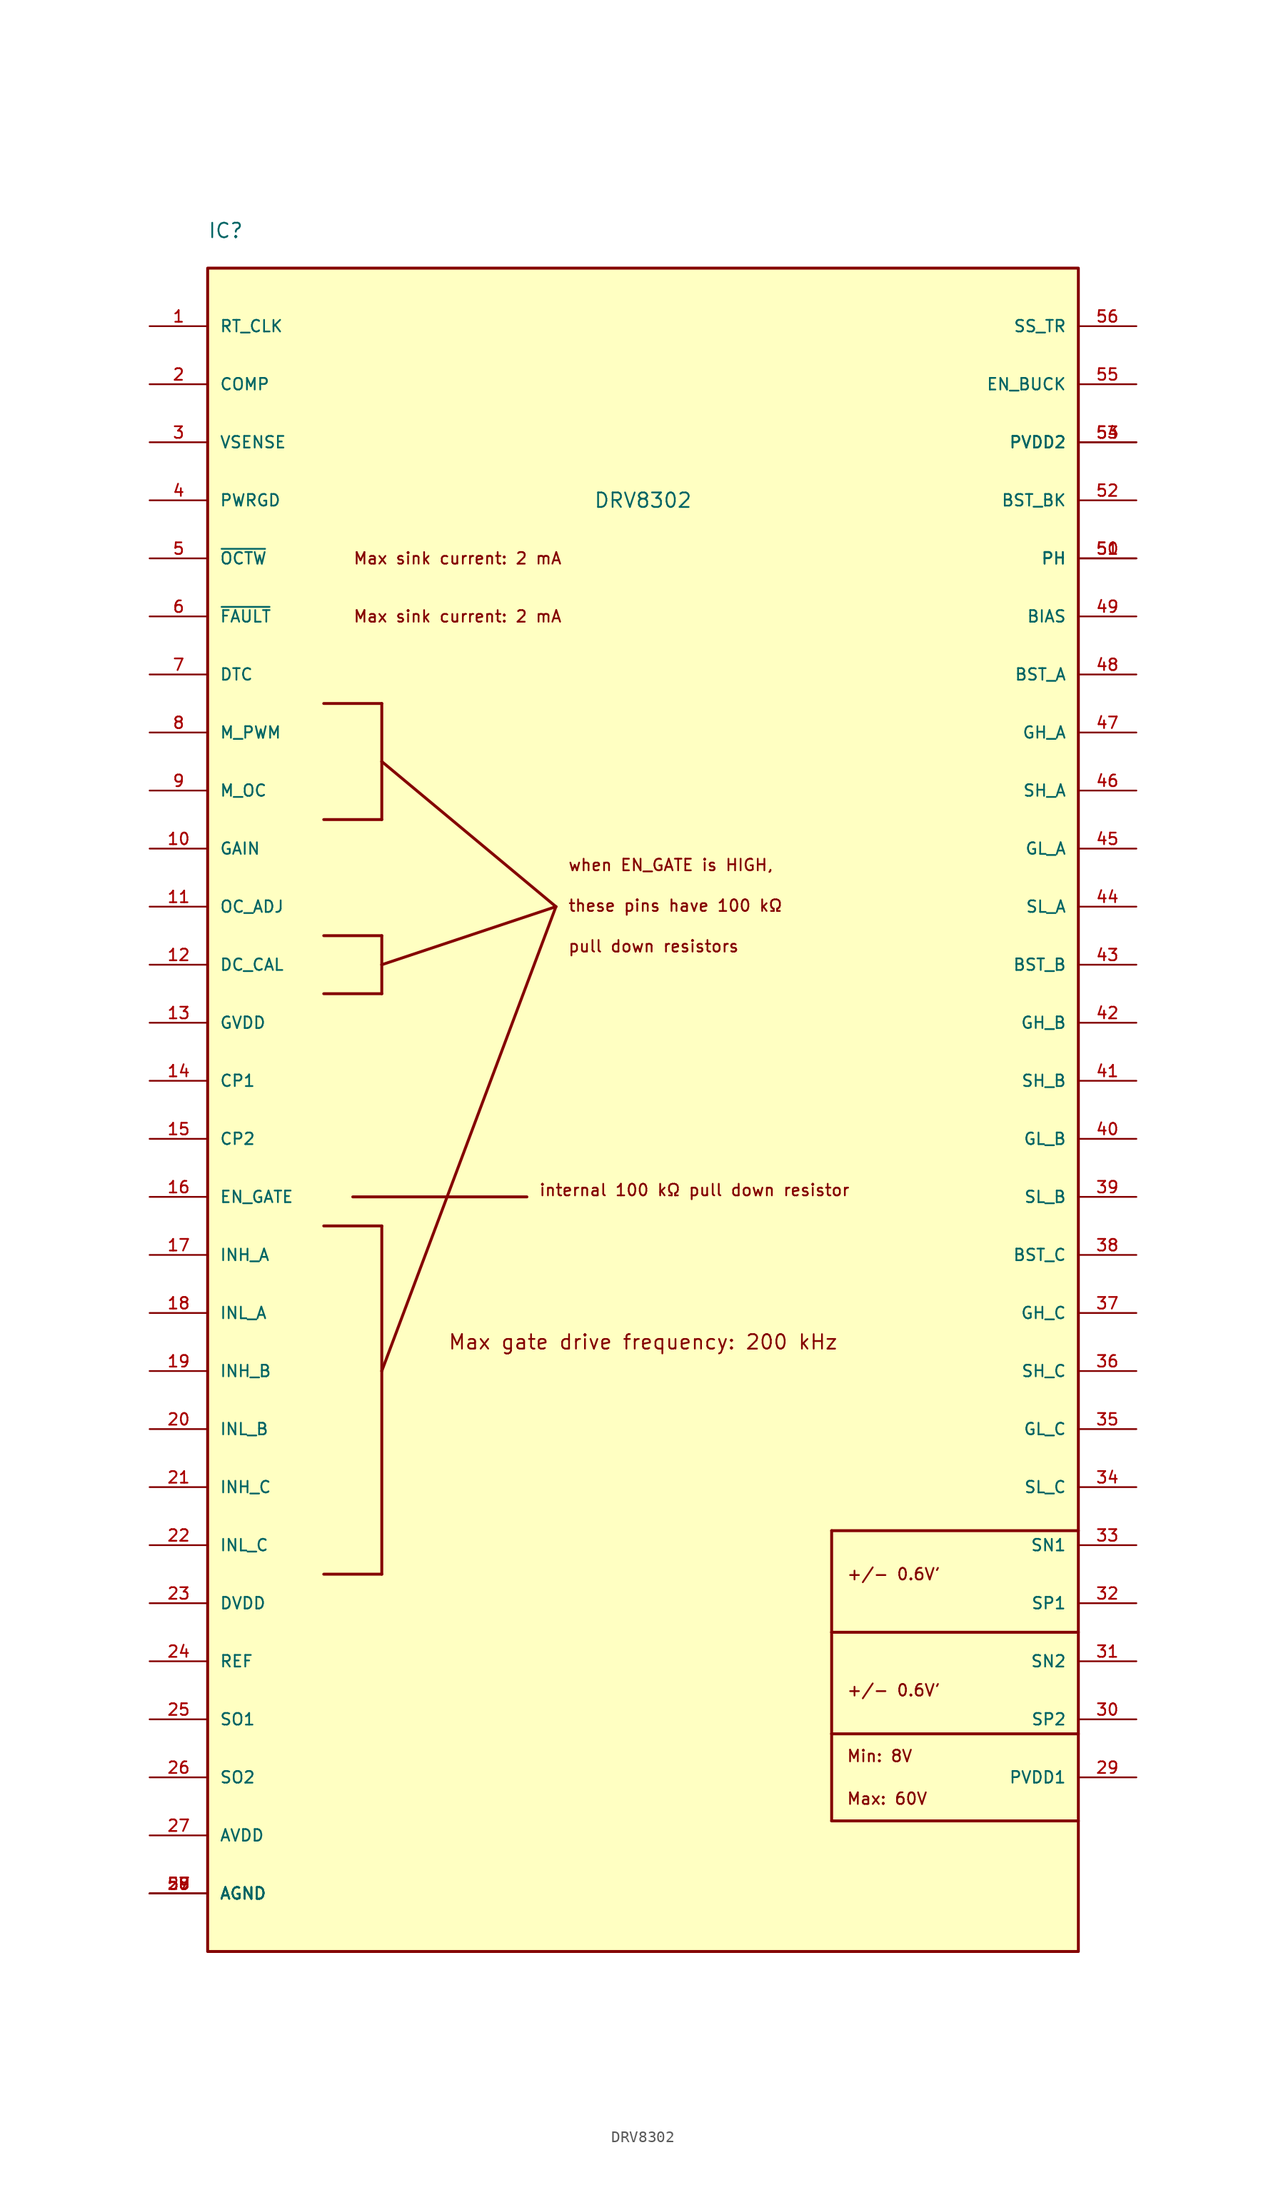
<source format=kicad_sym>
(kicad_symbol_lib
  (version 20211014)
  (generator kicad_symbol_editor)
  (symbol "DRV8302"
    (pin_names
      (offset 1.016))
    (property "Reference" "IC"
      (at -38.1 76.2 0)
      (effects (font (size 1.27 1.27)) (justify bottom left)))
    (property "Value" "DRV8302"
      (at 0.0 53.34 0)
      (effects (font (size 1.27 1.27))))
    (symbol "DRV8302_0_0"
      (polyline (pts (xy 16.51 -54.61) (xy 16.51 -62.23)) (stroke (width 0.254)))
      (polyline (pts (xy 16.51 -62.23) (xy 38.1 -62.23)) (stroke (width 0.254)))
      (polyline (pts (xy 16.51 -54.61) (xy 38.1 -54.61)) (stroke (width 0.254)))
      (polyline (pts (xy 16.51 -36.83) (xy 38.1 -36.83)) (stroke (width 0.254)))
      (polyline (pts (xy 16.51 -36.83) (xy 16.51 -45.72)) (stroke (width 0.254)))
      (polyline (pts (xy 16.51 -45.72) (xy 16.51 -54.61)) (stroke (width 0.254)))
      (polyline (pts (xy 16.51 -45.72) (xy 38.1 -45.72)) (stroke (width 0.254)))
      (polyline (pts (xy -27.94 -10.16) (xy -22.86 -10.16)) (stroke (width 0.254)))
      (polyline (pts (xy -22.86 -10.16) (xy -22.86 -22.86)) (stroke (width 0.254)))
      (polyline (pts (xy -22.86 -22.86) (xy -22.86 -40.64)) (stroke (width 0.254)))
      (polyline (pts (xy -22.86 -40.64) (xy -27.94 -40.64)) (stroke (width 0.254)))
      (polyline (pts (xy -27.94 35.56) (xy -22.86 35.56)) (stroke (width 0.254)))
      (polyline (pts (xy -22.86 35.56) (xy -22.86 30.48)) (stroke (width 0.254)))
      (polyline (pts (xy -22.86 30.48) (xy -22.86 25.4)) (stroke (width 0.254)))
      (polyline (pts (xy -22.86 25.4) (xy -27.94 25.4)) (stroke (width 0.254)))
      (polyline (pts (xy -27.94 15.24) (xy -22.86 15.24)) (stroke (width 0.254)))
      (polyline (pts (xy -22.86 15.24) (xy -22.86 12.7)) (stroke (width 0.254)))
      (polyline (pts (xy -22.86 12.7) (xy -22.86 10.16)) (stroke (width 0.254)))
      (polyline (pts (xy -22.86 10.16) (xy -27.94 10.16)) (stroke (width 0.254)))
      (polyline (pts (xy -22.86 -22.86) (xy -7.62 17.78)) (stroke (width 0.254)))
      (polyline (pts (xy -7.62 17.78) (xy -22.86 12.7)) (stroke (width 0.254)))
      (polyline (pts (xy -7.62 17.78) (xy -22.86 30.48)) (stroke (width 0.254)))
      (text "Min: 8V" (at 17.78 -57.15 0) (effects (font (size 1.016 1.016)) (justify bottom left)))
      (text "Max: 60V" (at 17.78 -59.69 0) (effects (font (size 1.016 1.016)) (justify top left)))
      (text "+/- 0.6V'" (at 17.78 -50.8 0) (effects (font (size 1.016 1.016)) (justify left)))
      (text "+/- 0.6V'" (at 17.78 -40.64 0) (effects (font (size 1.016 1.016)) (justify left)))
      (text "Max sink current: 2 mA" (at -25.4 43.18 0) (effects (font (size 1.016 1.016)) (justify left)))
      (text "Max sink current: 2 mA" (at -25.4 48.26 0) (effects (font (size 1.016 1.016)) (justify left)))
      (text "Max gate drive frequency: 200 kHz" (at 0.0 -20.32 0) (effects (font (size 1.27 1.27))))
      (text "when EN_GATE is HIGH," (at -6.604 20.828 0) (effects (font (size 1.016 1.016)) (justify bottom left)))
      (text "these pins have 100 kΩ" (at -6.604 17.272 0) (effects (font (size 1.016 1.016)) (justify bottom left)))
      (text "pull down resistors" (at -6.604 13.716 0) (effects (font (size 1.016 1.016)) (justify bottom left)))
      (polyline (pts (xy -10.16 -7.62) (xy -25.4 -7.62)) (stroke (width 0.254)))
      (text "internal 100 kΩ pull down resistor" (at -9.144 -7.62 0) (effects (font (size 1.016 1.016)) (justify bottom left)))
      (rectangle (start -38.1 -73.66) (end 38.1 73.66) (stroke (width 0.254)) (fill (type background)))
      (pin open_collector line (at -43.18 43.18 0) (length 5.08) (name "~{FAULT}" (effects (font (size 1.016 1.016)))) (number "6" (effects (font (size 1.016 1.016)))))
      (pin open_collector line (at -43.18 48.26 0) (length 5.08) (name "~{OCTW}" (effects (font (size 1.016 1.016)))) (number "5" (effects (font (size 1.016 1.016)))))
      (pin power_in line (at -43.18 -68.58 0) (length 5.08) (name "AGND" (effects (font (size 1.016 1.016)))) (number "28" (effects (font (size 1.016 1.016)))))
      (pin power_in line (at -43.18 -68.58 0) (length 5.08) (name "AGND" (effects (font (size 1.016 1.016)))) (number "57" (effects (font (size 1.016 1.016)))))
      (pin power_in line (at -43.18 -68.58 0) (length 5.08) (name "AGND" (effects (font (size 1.016 1.016)))) (number "58" (effects (font (size 1.016 1.016)))))
      (pin power_in line (at -43.18 -68.58 0) (length 5.08) (name "AGND" (effects (font (size 1.016 1.016)))) (number "59" (effects (font (size 1.016 1.016)))))
      (pin power_in line (at -43.18 -63.5 0) (length 5.08) (name "AVDD" (effects (font (size 1.016 1.016)))) (number "27" (effects (font (size 1.016 1.016)))))
      (pin input line (at 43.18 43.18 180.0) (length 5.08) (name "BIAS" (effects (font (size 1.016 1.016)))) (number "49" (effects (font (size 1.016 1.016)))))
      (pin power_in line (at 43.18 38.1 180.0) (length 5.08) (name "BST_A" (effects (font (size 1.016 1.016)))) (number "48" (effects (font (size 1.016 1.016)))))
      (pin power_in line (at 43.18 12.7 180.0) (length 5.08) (name "BST_B" (effects (font (size 1.016 1.016)))) (number "43" (effects (font (size 1.016 1.016)))))
      (pin power_in line (at 43.18 53.34 180.0) (length 5.08) (name "BST_BK" (effects (font (size 1.016 1.016)))) (number "52" (effects (font (size 1.016 1.016)))))
      (pin power_in line (at 43.18 -12.7 180.0) (length 5.08) (name "BST_C" (effects (font (size 1.016 1.016)))) (number "38" (effects (font (size 1.016 1.016)))))
      (pin output line (at -43.18 63.5 0) (length 5.08) (name "COMP" (effects (font (size 1.016 1.016)))) (number "2" (effects (font (size 1.016 1.016)))))
      (pin power_in line (at -43.18 2.54 0) (length 5.08) (name "CP1" (effects (font (size 1.016 1.016)))) (number "14" (effects (font (size 1.016 1.016)))))
      (pin power_in line (at -43.18 -2.54 0) (length 5.08) (name "CP2" (effects (font (size 1.016 1.016)))) (number "15" (effects (font (size 1.016 1.016)))))
      (pin input line (at -43.18 12.7 0) (length 5.08) (name "DC_CAL" (effects (font (size 1.016 1.016)))) (number "12" (effects (font (size 1.016 1.016)))))
      (pin input line (at -43.18 38.1 0) (length 5.08) (name "DTC" (effects (font (size 1.016 1.016)))) (number "7" (effects (font (size 1.016 1.016)))))
      (pin power_in line (at -43.18 -43.18 0) (length 5.08) (name "DVDD" (effects (font (size 1.016 1.016)))) (number "23" (effects (font (size 1.016 1.016)))))
      (pin input line (at 43.18 63.5 180.0) (length 5.08) (name "EN_BUCK" (effects (font (size 1.016 1.016)))) (number "55" (effects (font (size 1.016 1.016)))))
      (pin input line (at -43.18 -7.62 0) (length 5.08) (name "EN_GATE" (effects (font (size 1.016 1.016)))) (number "16" (effects (font (size 1.016 1.016)))))
      (pin output line (at -43.18 22.86 0) (length 5.08) (name "GAIN" (effects (font (size 1.016 1.016)))) (number "10" (effects (font (size 1.016 1.016)))))
      (pin output line (at 43.18 33.02 180.0) (length 5.08) (name "GH_A" (effects (font (size 1.016 1.016)))) (number "47" (effects (font (size 1.016 1.016)))))
      (pin output line (at 43.18 7.62 180.0) (length 5.08) (name "GH_B" (effects (font (size 1.016 1.016)))) (number "42" (effects (font (size 1.016 1.016)))))
      (pin output line (at 43.18 -17.78 180.0) (length 5.08) (name "GH_C" (effects (font (size 1.016 1.016)))) (number "37" (effects (font (size 1.016 1.016)))))
      (pin output line (at 43.18 22.86 180.0) (length 5.08) (name "GL_A" (effects (font (size 1.016 1.016)))) (number "45" (effects (font (size 1.016 1.016)))))
      (pin output line (at 43.18 -2.54 180.0) (length 5.08) (name "GL_B" (effects (font (size 1.016 1.016)))) (number "40" (effects (font (size 1.016 1.016)))))
      (pin output line (at 43.18 -27.94 180.0) (length 5.08) (name "GL_C" (effects (font (size 1.016 1.016)))) (number "35" (effects (font (size 1.016 1.016)))))
      (pin power_in line (at -43.18 7.62 0) (length 5.08) (name "GVDD" (effects (font (size 1.016 1.016)))) (number "13" (effects (font (size 1.016 1.016)))))
      (pin input line (at -43.18 -12.7 0) (length 5.08) (name "INH_A" (effects (font (size 1.016 1.016)))) (number "17" (effects (font (size 1.016 1.016)))))
      (pin input line (at -43.18 -22.86 0) (length 5.08) (name "INH_B" (effects (font (size 1.016 1.016)))) (number "19" (effects (font (size 1.016 1.016)))))
      (pin input line (at -43.18 -33.02 0) (length 5.08) (name "INH_C" (effects (font (size 1.016 1.016)))) (number "21" (effects (font (size 1.016 1.016)))))
      (pin input line (at -43.18 -17.78 0) (length 5.08) (name "INL_A" (effects (font (size 1.016 1.016)))) (number "18" (effects (font (size 1.016 1.016)))))
      (pin input line (at -43.18 -27.94 0) (length 5.08) (name "INL_B" (effects (font (size 1.016 1.016)))) (number "20" (effects (font (size 1.016 1.016)))))
      (pin input line (at -43.18 -38.1 0) (length 5.08) (name "INL_C" (effects (font (size 1.016 1.016)))) (number "22" (effects (font (size 1.016 1.016)))))
      (pin input line (at -43.18 27.94 0) (length 5.08) (name "M_OC" (effects (font (size 1.016 1.016)))) (number "9" (effects (font (size 1.016 1.016)))))
      (pin input line (at -43.18 33.02 0) (length 5.08) (name "M_PWM" (effects (font (size 1.016 1.016)))) (number "8" (effects (font (size 1.016 1.016)))))
      (pin input line (at -43.18 17.78 0) (length 5.08) (name "OC_ADJ" (effects (font (size 1.016 1.016)))) (number "11" (effects (font (size 1.016 1.016)))))
      (pin output line (at 43.18 48.26 180.0) (length 5.08) (name "PH" (effects (font (size 1.016 1.016)))) (number "50" (effects (font (size 1.016 1.016)))))
      (pin output line (at 43.18 48.26 180.0) (length 5.08) (name "PH" (effects (font (size 1.016 1.016)))) (number "51" (effects (font (size 1.016 1.016)))))
      (pin power_in line (at 43.18 -58.42 180.0) (length 5.08) (name "PVDD1" (effects (font (size 1.016 1.016)))) (number "29" (effects (font (size 1.016 1.016)))))
      (pin bidirectional line (at 43.18 58.42 180.0) (length 5.08) (name "PVDD2" (effects (font (size 1.016 1.016)))) (number "53" (effects (font (size 1.016 1.016)))))
      (pin bidirectional line (at 43.18 58.42 180.0) (length 5.08) (name "PVDD2" (effects (font (size 1.016 1.016)))) (number "54" (effects (font (size 1.016 1.016)))))
      (pin input line (at -43.18 53.34 0) (length 5.08) (name "PWRGD" (effects (font (size 1.016 1.016)))) (number "4" (effects (font (size 1.016 1.016)))))
      (pin input line (at -43.18 -48.26 0) (length 5.08) (name "REF" (effects (font (size 1.016 1.016)))) (number "24" (effects (font (size 1.016 1.016)))))
      (pin input line (at -43.18 68.58 0) (length 5.08) (name "RT_CLK" (effects (font (size 1.016 1.016)))) (number "1" (effects (font (size 1.016 1.016)))))
      (pin input line (at 43.18 27.94 180.0) (length 5.08) (name "SH_A" (effects (font (size 1.016 1.016)))) (number "46" (effects (font (size 1.016 1.016)))))
      (pin input line (at 43.18 2.54 180.0) (length 5.08) (name "SH_B" (effects (font (size 1.016 1.016)))) (number "41" (effects (font (size 1.016 1.016)))))
      (pin input line (at 43.18 -22.86 180.0) (length 5.08) (name "SH_C" (effects (font (size 1.016 1.016)))) (number "36" (effects (font (size 1.016 1.016)))))
      (pin input line (at 43.18 17.78 180.0) (length 5.08) (name "SL_A" (effects (font (size 1.016 1.016)))) (number "44" (effects (font (size 1.016 1.016)))))
      (pin input line (at 43.18 -7.62 180.0) (length 5.08) (name "SL_B" (effects (font (size 1.016 1.016)))) (number "39" (effects (font (size 1.016 1.016)))))
      (pin input line (at 43.18 -33.02 180.0) (length 5.08) (name "SL_C" (effects (font (size 1.016 1.016)))) (number "34" (effects (font (size 1.016 1.016)))))
      (pin input line (at 43.18 -38.1 180.0) (length 5.08) (name "SN1" (effects (font (size 1.016 1.016)))) (number "33" (effects (font (size 1.016 1.016)))))
      (pin input line (at 43.18 -48.26 180.0) (length 5.08) (name "SN2" (effects (font (size 1.016 1.016)))) (number "31" (effects (font (size 1.016 1.016)))))
      (pin output line (at -43.18 -53.34 0) (length 5.08) (name "SO1" (effects (font (size 1.016 1.016)))) (number "25" (effects (font (size 1.016 1.016)))))
      (pin output line (at -43.18 -58.42 0) (length 5.08) (name "SO2" (effects (font (size 1.016 1.016)))) (number "26" (effects (font (size 1.016 1.016)))))
      (pin input line (at 43.18 -43.18 180.0) (length 5.08) (name "SP1" (effects (font (size 1.016 1.016)))) (number "32" (effects (font (size 1.016 1.016)))))
      (pin input line (at 43.18 -53.34 180.0) (length 5.08) (name "SP2" (effects (font (size 1.016 1.016)))) (number "30" (effects (font (size 1.016 1.016)))))
      (pin input line (at 43.18 68.58 180.0) (length 5.08) (name "SS_TR" (effects (font (size 1.016 1.016)))) (number "56" (effects (font (size 1.016 1.016)))))
      (pin input line (at -43.18 58.42 0) (length 5.08) (name "VSENSE" (effects (font (size 1.016 1.016)))) (number "3" (effects (font (size 1.016 1.016))))))))
</source>
